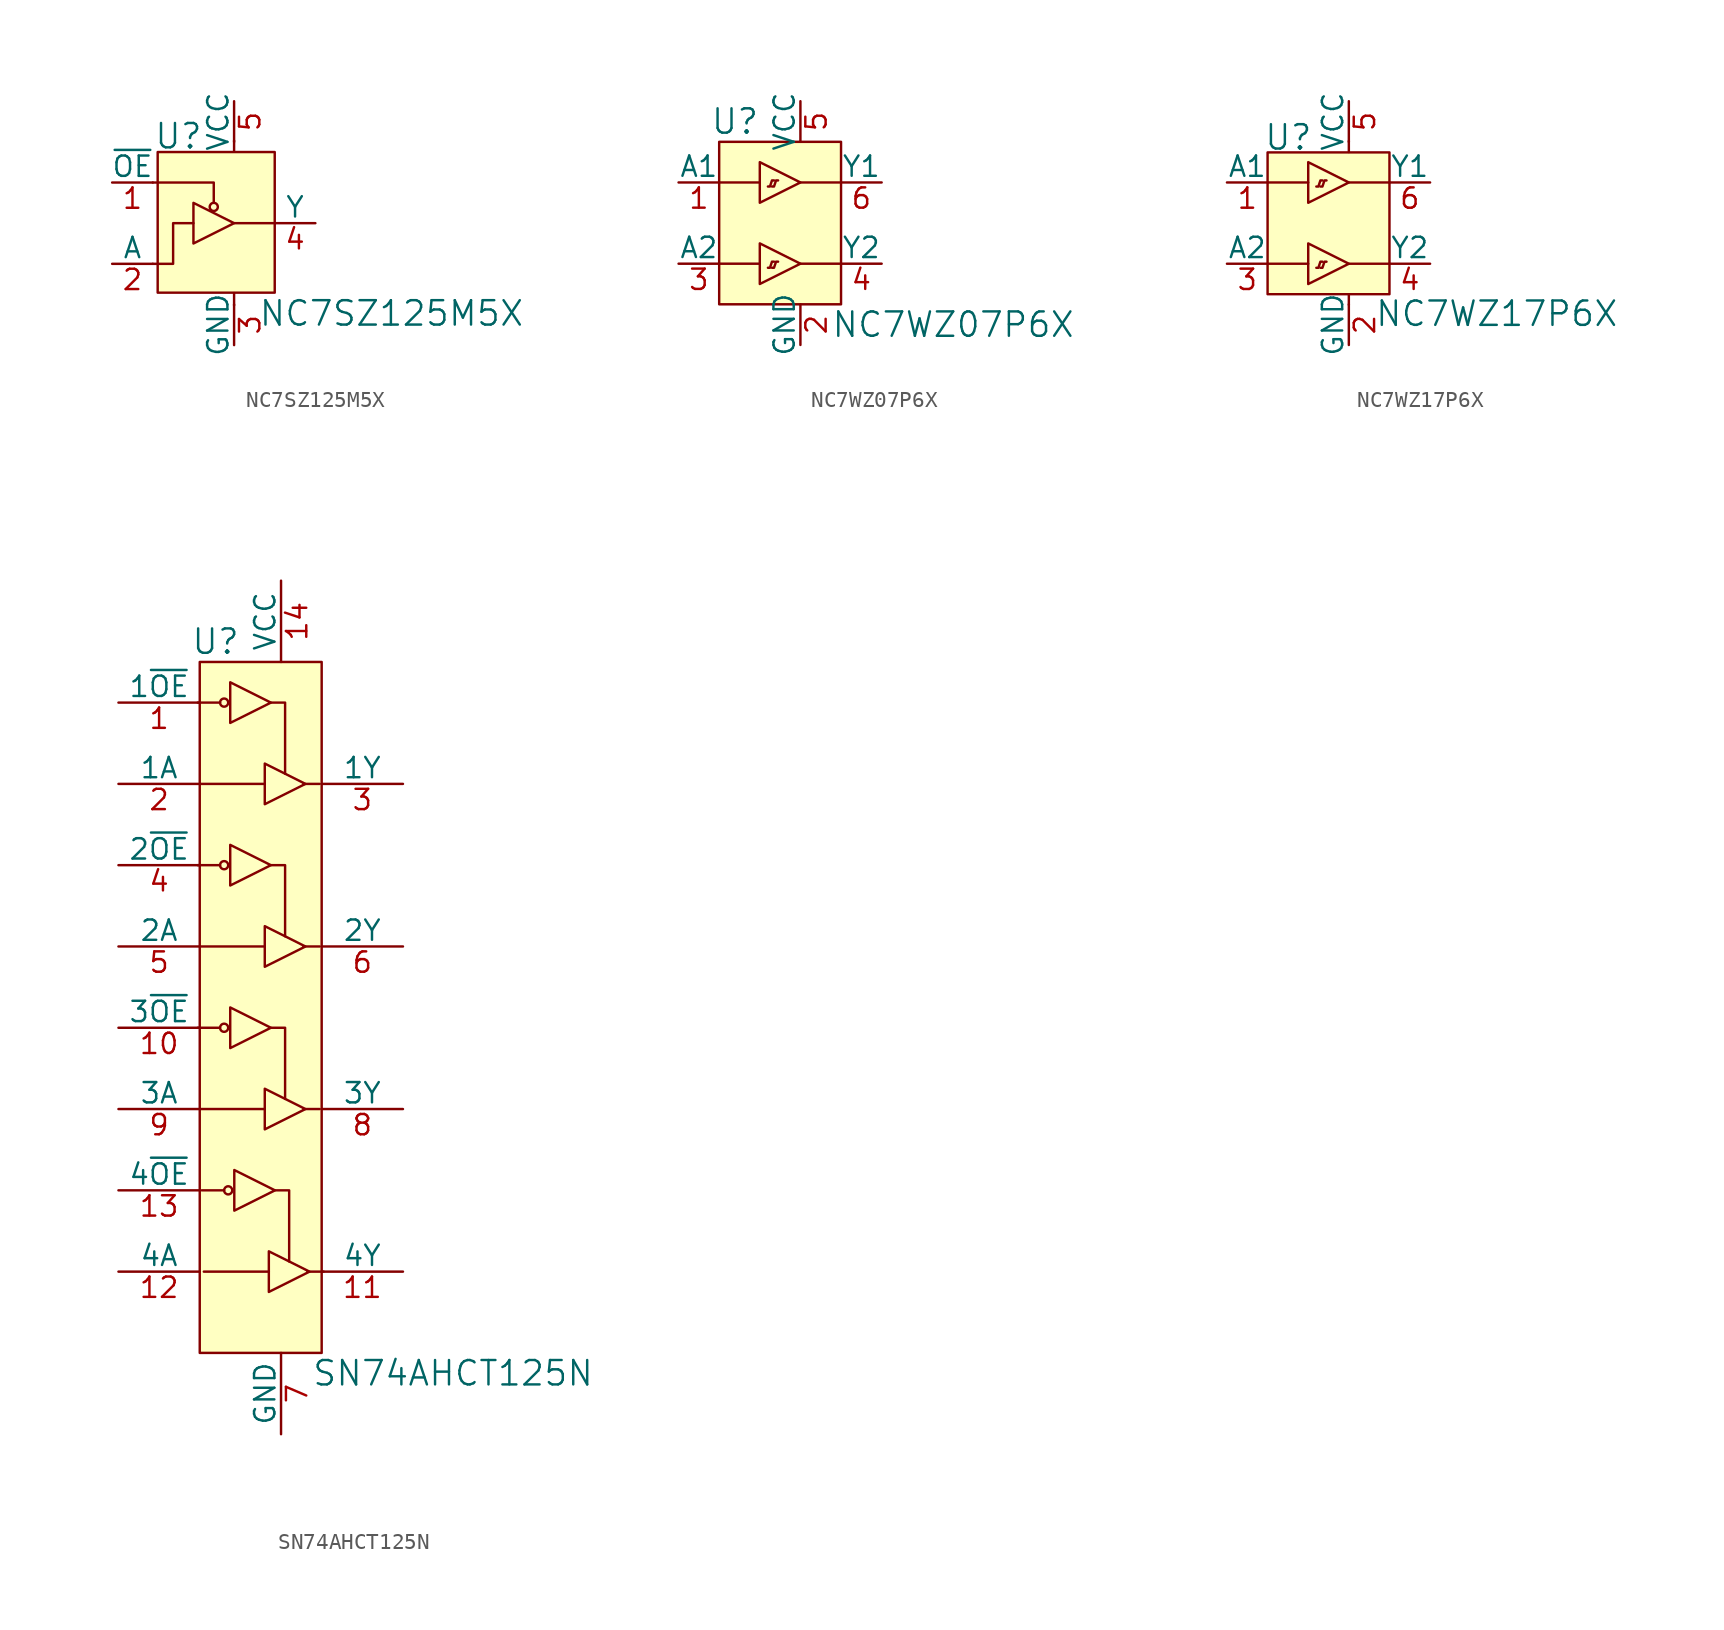
<source format=kicad_sym>
(kicad_symbol_lib
  (version 20201005)
  (generator kicad_symbol_editor)
  (symbol "NC7SZ125M5X"
    (pin_names
      (offset 0))
    (property "Reference" "U"
      (at -5.029 5.436 0)
      (effects (font (size 1.524 1.524)) (justify left)))
    (property "Value" "NC7SZ125M5X"
      (at 1.499 -5.639 0)
      (effects (font (size 1.524 1.524)) (justify left)))
    (symbol "NC7SZ125M5X_0_1"
      (circle (center -1.27 1.016) (radius 0.254) (stroke (width 0)) (fill (type none)))
      (rectangle (start -4.775 4.445) (end 2.54 -4.343) (stroke (width 0)) (fill (type background)))
      (polyline (pts (xy 0 -5.131) (xy 0 -4.369)) (stroke (width 0)) (fill (type none)))
      (polyline (pts (xy 0 0) (xy 2.54 0)) (stroke (width 0)) (fill (type none)))
      (polyline (pts (xy 0 5.156) (xy 0 4.47)) (stroke (width 0)) (fill (type none)))
      (polyline (pts (xy -1.27 1.27) (xy -1.27 2.54) (xy -5.08 2.54)) (stroke (width 0)) (fill (type none)))
      (polyline (pts (xy -5.08 -2.54) (xy -3.81 -2.54) (xy -3.81 0) (xy -2.54 0)) (stroke (width 0)) (fill (type none)))
      (polyline (pts (xy -2.54 1.27) (xy -2.54 -1.27) (xy 0 0) (xy -2.54 1.27)) (stroke (width 0)) (fill (type none))))
    (symbol "NC7SZ125M5X_1_1"
      (pin input line (at -7.62 2.54 0) (length 2.54) (name "~OE" (effects (font (size 1.27 1.27)))) (number "1" (effects (font (size 1.27 1.27)))))
      (pin input line (at -7.62 -2.54 0) (length 2.54) (name "A" (effects (font (size 1.27 1.27)))) (number "2" (effects (font (size 1.27 1.27)))))
      (pin power_in line (at 0 -7.62 90) (length 2.54) (name "GND" (effects (font (size 1.27 1.27)))) (number "3" (effects (font (size 1.27 1.27)))))
      (pin output line (at 5.08 0 180) (length 2.54) (name "Y" (effects (font (size 1.27 1.27)))) (number "4" (effects (font (size 1.27 1.27)))))
      (pin power_in line (at 0 7.62 270) (length 2.54) (name "VCC" (effects (font (size 1.27 1.27)))) (number "5" (effects (font (size 1.27 1.27)))))))
  (symbol "NC7WZ07P6X"
    (pin_names
      (offset 0))
    (property "Reference" "U"
      (at -2.54 3.81 0)
      (effects (font (size 1.524 1.524)) (justify right)))
    (property "Value" "NC7WZ07P6X"
      (at 1.905 -8.89 0)
      (effects (font (size 1.524 1.524)) (justify left)))
    (symbol "NC7WZ07P6X_0_1"
      (rectangle (start -5.08 2.54) (end 2.54 -7.62) (stroke (width 0)) (fill (type background)))
      (polyline (pts (xy -5.08 -5.08) (xy -2.54 -5.08)) (stroke (width 0)) (fill (type none)))
      (polyline (pts (xy -2.54 0) (xy -5.08 0)) (stroke (width 0)) (fill (type none)))
      (polyline (pts (xy 0 -5.08) (xy 2.54 -5.08)) (stroke (width 0)) (fill (type none)))
      (polyline (pts (xy 2.54 0) (xy 0 0)) (stroke (width 0)) (fill (type none)))
      (polyline (pts (xy -2.54 -3.81) (xy -2.54 -6.35) (xy 0 -5.08) (xy -2.54 -3.81)) (stroke (width 0)) (fill (type none)))
      (polyline (pts (xy -2.54 1.27) (xy -2.54 -1.27) (xy 0 0) (xy -2.54 1.27)) (stroke (width 0)) (fill (type none)))
      (polyline (pts (xy -1.651 -4.953) (xy -1.778 -4.953) (xy -1.905 -5.334) (xy -2.032 -5.334)) (stroke (width 0)) (fill (type none)))
      (polyline (pts (xy -1.651 0.127) (xy -1.778 0.127) (xy -1.905 -0.254) (xy -2.032 -0.254)) (stroke (width 0)) (fill (type none)))
      (polyline (pts (xy -1.397 -4.953) (xy -1.524 -4.953) (xy -1.651 -5.334) (xy -1.778 -5.334)) (stroke (width 0)) (fill (type none)))
      (polyline (pts (xy -1.397 0.127) (xy -1.524 0.127) (xy -1.651 -0.254) (xy -1.778 -0.254)) (stroke (width 0)) (fill (type none))))
    (symbol "NC7WZ07P6X_1_1"
      (pin input line (at -7.62 0 0) (length 2.54) (name "A1" (effects (font (size 1.27 1.27)))) (number "1" (effects (font (size 1.27 1.27)))))
      (pin power_in line (at 0 -10.16 90) (length 2.54) (name "GND" (effects (font (size 1.27 1.27)))) (number "2" (effects (font (size 1.27 1.27)))))
      (pin input line (at -7.62 -5.08 0) (length 2.54) (name "A2" (effects (font (size 1.27 1.27)))) (number "3" (effects (font (size 1.27 1.27)))))
      (pin output line (at 5.08 -5.08 180) (length 2.54) (name "Y2" (effects (font (size 1.27 1.27)))) (number "4" (effects (font (size 1.27 1.27)))))
      (pin power_in line (at 0 5.08 270) (length 2.54) (name "VCC" (effects (font (size 1.27 1.27)))) (number "5" (effects (font (size 1.27 1.27)))))
      (pin output line (at 5.08 0 180) (length 2.54) (name "Y1" (effects (font (size 1.27 1.27)))) (number "6" (effects (font (size 1.27 1.27)))))))
  (symbol "NC7WZ17P6X"
    (pin_names
      (offset 0))
    (property "Reference" "U"
      (at -5.334 2.819 0)
      (effects (font (size 1.524 1.524)) (justify left)))
    (property "Value" "NC7WZ17P6X"
      (at 1.6 -8.204 0)
      (effects (font (size 1.524 1.524)) (justify left)))
    (symbol "NC7WZ17P6X_0_1"
      (rectangle (start -5.08 1.88) (end 2.54 -6.985) (stroke (width 0)) (fill (type background)))
      (polyline (pts (xy -5.08 -5.08) (xy -2.54 -5.08)) (stroke (width 0)) (fill (type none)))
      (polyline (pts (xy -2.54 0) (xy -5.08 0)) (stroke (width 0)) (fill (type none)))
      (polyline (pts (xy 0 -7.645) (xy 0 -6.985)) (stroke (width 0)) (fill (type none)))
      (polyline (pts (xy 0 -5.08) (xy 2.54 -5.08)) (stroke (width 0)) (fill (type none)))
      (polyline (pts (xy 0 2.591) (xy 0 1.905)) (stroke (width 0)) (fill (type none)))
      (polyline (pts (xy 2.54 0) (xy 0 0)) (stroke (width 0)) (fill (type none)))
      (polyline (pts (xy -2.54 -3.81) (xy -2.54 -6.35) (xy 0 -5.08) (xy -2.54 -3.81)) (stroke (width 0)) (fill (type none)))
      (polyline (pts (xy -2.54 1.27) (xy -2.54 -1.27) (xy 0 0) (xy -2.54 1.27)) (stroke (width 0)) (fill (type none)))
      (polyline (pts (xy -1.651 -4.953) (xy -1.778 -4.953) (xy -1.905 -5.334) (xy -2.032 -5.334)) (stroke (width 0)) (fill (type none)))
      (polyline (pts (xy -1.651 0.127) (xy -1.778 0.127) (xy -1.905 -0.254) (xy -2.032 -0.254)) (stroke (width 0)) (fill (type none)))
      (polyline (pts (xy -1.397 -4.953) (xy -1.524 -4.953) (xy -1.651 -5.334) (xy -1.778 -5.334)) (stroke (width 0)) (fill (type none)))
      (polyline (pts (xy -1.397 0.127) (xy -1.524 0.127) (xy -1.651 -0.254) (xy -1.778 -0.254)) (stroke (width 0)) (fill (type none))))
    (symbol "NC7WZ17P6X_1_1"
      (pin input line (at -7.62 0 0) (length 2.54) (name "A1" (effects (font (size 1.27 1.27)))) (number "1" (effects (font (size 1.27 1.27)))))
      (pin power_in line (at 0 -10.16 90) (length 2.54) (name "GND" (effects (font (size 1.27 1.27)))) (number "2" (effects (font (size 1.27 1.27)))))
      (pin input line (at -7.62 -5.08 0) (length 2.54) (name "A2" (effects (font (size 1.27 1.27)))) (number "3" (effects (font (size 1.27 1.27)))))
      (pin output line (at 5.08 -5.08 180) (length 2.54) (name "Y2" (effects (font (size 1.27 1.27)))) (number "4" (effects (font (size 1.27 1.27)))))
      (pin power_in line (at 0 5.08 270) (length 2.54) (name "VCC" (effects (font (size 1.27 1.27)))) (number "5" (effects (font (size 1.27 1.27)))))
      (pin output line (at 5.08 0 180) (length 2.54) (name "Y1" (effects (font (size 1.27 1.27)))) (number "6" (effects (font (size 1.27 1.27)))))))
  (symbol "SN74AHCT125N"
    (pin_names
      (offset 0))
    (property "Reference" "U"
      (at -2.54 13.97 0)
      (effects (font (size 1.524 1.524)) (justify right)))
    (property "Value" "SN74AHCT125N"
      (at 1.905 -31.75 0)
      (effects (font (size 1.524 1.524)) (justify left)))
    (symbol "SN74AHCT125N_0_1"
      (circle (center -3.556 -10.16) (radius 0.254) (stroke (width 0)) (fill (type none)))
      (circle (center -3.556 0) (radius 0.254) (stroke (width 0)) (fill (type none)))
      (circle (center -3.556 10.16) (radius 0.254) (stroke (width 0)) (fill (type none)))
      (circle (center -3.302 -20.32) (radius 0.254) (stroke (width 0)) (fill (type none)))
      (rectangle (start -5.08 12.7) (end 2.54 -30.48) (stroke (width 0)) (fill (type background)))
      (polyline (pts (xy -3.81 -10.16) (xy -5.207 -10.16)) (stroke (width 0)) (fill (type none)))
      (polyline (pts (xy -3.81 0) (xy -5.207 0)) (stroke (width 0)) (fill (type none)))
      (polyline (pts (xy -3.81 10.16) (xy -5.207 10.16)) (stroke (width 0)) (fill (type none)))
      (polyline (pts (xy -3.556 -20.32) (xy -4.953 -20.32)) (stroke (width 0)) (fill (type none)))
      (polyline (pts (xy -1.016 -15.24) (xy -5.08 -15.24)) (stroke (width 0)) (fill (type none)))
      (polyline (pts (xy -1.016 -5.08) (xy -5.08 -5.08)) (stroke (width 0)) (fill (type none)))
      (polyline (pts (xy -1.016 5.08) (xy -5.08 5.08)) (stroke (width 0)) (fill (type none)))
      (polyline (pts (xy -0.762 -25.4) (xy -4.826 -25.4)) (stroke (width 0)) (fill (type none)))
      (polyline (pts (xy 1.397 -15.24) (xy 2.413 -15.24)) (stroke (width 0)) (fill (type none)))
      (polyline (pts (xy 1.397 -5.08) (xy 2.413 -5.08)) (stroke (width 0)) (fill (type none)))
      (polyline (pts (xy 1.397 5.08) (xy 2.413 5.08)) (stroke (width 0)) (fill (type none)))
      (polyline (pts (xy 1.651 -25.4) (xy 2.667 -25.4)) (stroke (width 0)) (fill (type none)))
      (polyline (pts (xy 0.254 -14.605) (xy 0.254 -10.16) (xy -0.635 -10.16)) (stroke (width 0)) (fill (type none)))
      (polyline (pts (xy 0.254 -4.445) (xy 0.254 0) (xy -0.635 0)) (stroke (width 0)) (fill (type none)))
      (polyline (pts (xy 0.254 5.715) (xy 0.254 10.16) (xy -0.635 10.16)) (stroke (width 0)) (fill (type none)))
      (polyline (pts (xy 0.508 -24.765) (xy 0.508 -20.32) (xy -0.381 -20.32)) (stroke (width 0)) (fill (type none)))
      (polyline (pts (xy -3.175 -8.89) (xy -3.175 -10.16) (xy -3.175 -11.43) (xy -0.635 -10.16) (xy -3.175 -8.89)) (stroke (width 0)) (fill (type none)))
      (polyline (pts (xy -3.175 1.27) (xy -3.175 0) (xy -3.175 -1.27) (xy -0.635 0) (xy -3.175 1.27)) (stroke (width 0)) (fill (type none)))
      (polyline (pts (xy -3.175 11.43) (xy -3.175 10.16) (xy -3.175 8.89) (xy -0.635 10.16) (xy -3.175 11.43)) (stroke (width 0)) (fill (type none)))
      (polyline (pts (xy -2.921 -19.05) (xy -2.921 -20.32) (xy -2.921 -21.59) (xy -0.381 -20.32) (xy -2.921 -19.05)) (stroke (width 0)) (fill (type none)))
      (polyline (pts (xy -1.016 -13.97) (xy -1.016 -15.24) (xy -1.016 -16.51) (xy 1.524 -15.24) (xy -1.016 -13.97)) (stroke (width 0)) (fill (type none)))
      (polyline (pts (xy -1.016 -3.81) (xy -1.016 -5.08) (xy -1.016 -6.35) (xy 1.524 -5.08) (xy -1.016 -3.81)) (stroke (width 0)) (fill (type none)))
      (polyline (pts (xy -1.016 6.35) (xy -1.016 5.08) (xy -1.016 3.81) (xy 1.524 5.08) (xy -1.016 6.35)) (stroke (width 0)) (fill (type none)))
      (polyline (pts (xy -0.762 -24.13) (xy -0.762 -25.4) (xy -0.762 -26.67) (xy 1.778 -25.4) (xy -0.762 -24.13)) (stroke (width 0)) (fill (type none))))
    (symbol "SN74AHCT125N_1_1"
      (pin input line (at -10.16 10.16 0) (length 5.08) (name "1~OE" (effects (font (size 1.27 1.27)))) (number "1" (effects (font (size 1.27 1.27)))))
      (pin input line (at -10.16 5.08 0) (length 5.08) (name "1A" (effects (font (size 1.27 1.27)))) (number "2" (effects (font (size 1.27 1.27)))))
      (pin output line (at 7.62 5.08 180) (length 5.08) (name "1Y" (effects (font (size 1.27 1.27)))) (number "3" (effects (font (size 1.27 1.27)))))
      (pin input line (at -10.16 0 0) (length 5.08) (name "2~OE" (effects (font (size 1.27 1.27)))) (number "4" (effects (font (size 1.27 1.27)))))
      (pin input line (at -10.16 -5.08 0) (length 5.08) (name "2A" (effects (font (size 1.27 1.27)))) (number "5" (effects (font (size 1.27 1.27)))))
      (pin output line (at 7.62 -5.08 180) (length 5.08) (name "2Y" (effects (font (size 1.27 1.27)))) (number "6" (effects (font (size 1.27 1.27)))))
      (pin power_in line (at 0 -35.56 90) (length 5.08) (name "GND" (effects (font (size 1.27 1.27)))) (number "7" (effects (font (size 1.27 1.27)))))
      (pin output line (at 7.62 -15.24 180) (length 5.08) (name "3Y" (effects (font (size 1.27 1.27)))) (number "8" (effects (font (size 1.27 1.27)))))
      (pin input line (at -10.16 -15.24 0) (length 5.08) (name "3A" (effects (font (size 1.27 1.27)))) (number "9" (effects (font (size 1.27 1.27)))))
      (pin input line (at -10.16 -10.16 0) (length 5.08) (name "3~OE" (effects (font (size 1.27 1.27)))) (number "10" (effects (font (size 1.27 1.27)))))
      (pin output line (at 7.62 -25.4 180) (length 5.08) (name "4Y" (effects (font (size 1.27 1.27)))) (number "11" (effects (font (size 1.27 1.27)))))
      (pin input line (at -10.16 -25.4 0) (length 5.08) (name "4A" (effects (font (size 1.27 1.27)))) (number "12" (effects (font (size 1.27 1.27)))))
      (pin input line (at -10.16 -20.32 0) (length 5.08) (name "4~OE" (effects (font (size 1.27 1.27)))) (number "13" (effects (font (size 1.27 1.27)))))
      (pin power_in line (at 0 17.78 270) (length 5.08) (name "VCC" (effects (font (size 1.27 1.27)))) (number "14" (effects (font (size 1.27 1.27))))))))
</source>
